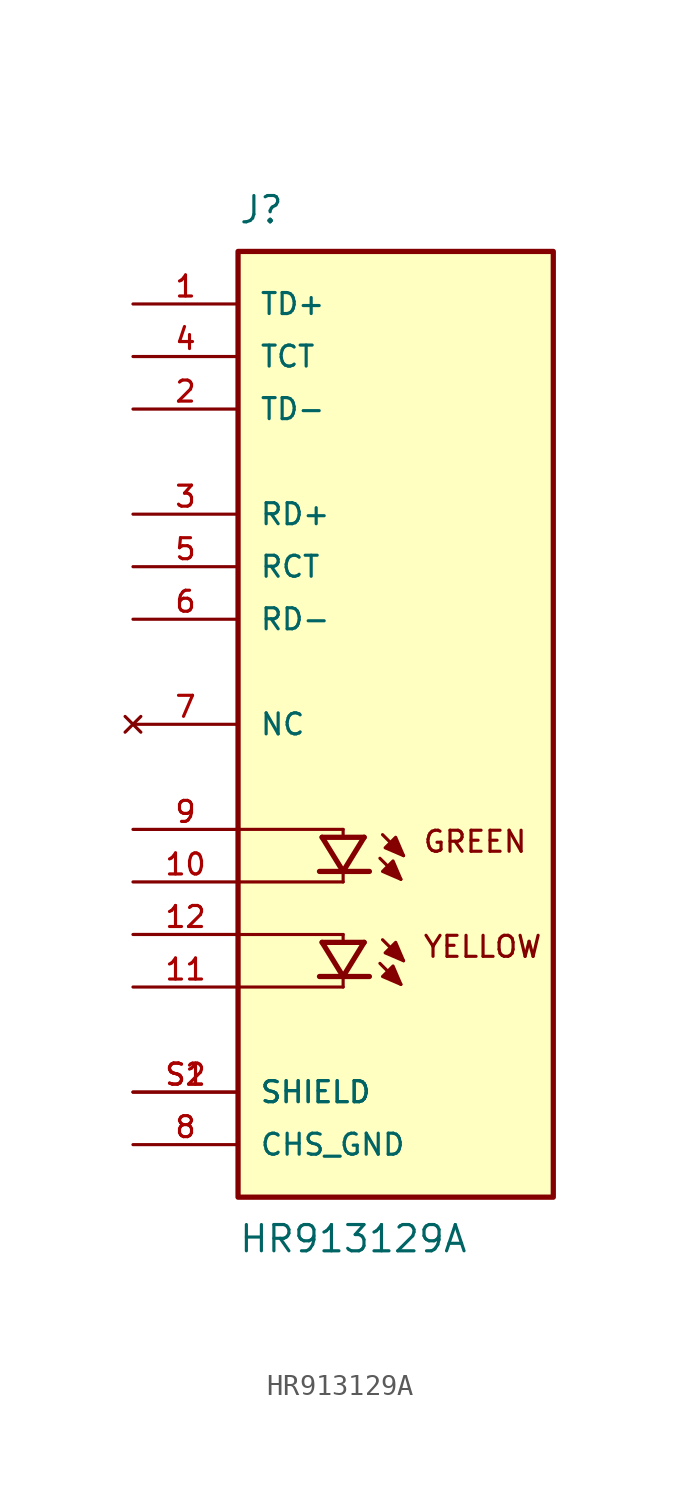
<source format=kicad_sym>
(kicad_symbol_lib
  (version 20220914)
  (generator kicad_symbol_editor)
  (symbol "HR913129A"
    (pin_names
      (offset 1.016))
    (property "Reference" "J"
      (at -7.62 24.13 0)
      (effects (font (size 1.27 1.27)) (justify left bottom)))
    (property "Value" "HR913129A"
      (at -7.62 -24.13 0)
      (effects (font (size 1.27 1.27)) (justify left top)))
    (symbol "HR913129A_0_0"
      (rectangle (start -7.62 -22.86) (end 7.62 22.86) (stroke (width 0.254) (type default)) (fill (type background)))
      (polyline (pts (xy -7.62 -10.16) (xy -2.54 -10.16)) (stroke (width 0.152) (type default)) (fill (type none)))
      (polyline (pts (xy -7.62 -5.08) (xy -2.54 -5.08)) (stroke (width 0.152) (type default)) (fill (type none)))
      (polyline (pts (xy -3.683 -12.192) (xy -2.54 -12.192)) (stroke (width 0.254) (type default)) (fill (type none)))
      (polyline (pts (xy -3.683 -7.112) (xy -2.54 -7.112)) (stroke (width 0.254) (type default)) (fill (type none)))
      (polyline (pts (xy -3.556 -10.541) (xy -2.54 -12.192)) (stroke (width 0.254) (type default)) (fill (type none)))
      (polyline (pts (xy -3.556 -10.541) (xy -1.524 -10.541)) (stroke (width 0.254) (type default)) (fill (type none)))
      (polyline (pts (xy -3.556 -5.461) (xy -2.54 -7.112)) (stroke (width 0.254) (type default)) (fill (type none)))
      (polyline (pts (xy -3.556 -5.461) (xy -1.524 -5.461)) (stroke (width 0.254) (type default)) (fill (type none)))
      (polyline (pts (xy -2.54 -12.7) (xy -7.62 -12.7)) (stroke (width 0.152) (type default)) (fill (type none)))
      (polyline (pts (xy -2.54 -12.319) (xy -2.54 -12.7)) (stroke (width 0.152) (type default)) (fill (type none)))
      (polyline (pts (xy -2.54 -12.192) (xy -1.524 -10.541)) (stroke (width 0.254) (type default)) (fill (type none)))
      (polyline (pts (xy -2.54 -12.192) (xy -1.27 -12.192)) (stroke (width 0.254) (type default)) (fill (type none)))
      (polyline (pts (xy -2.54 -10.16) (xy -2.54 -10.414)) (stroke (width 0.152) (type default)) (fill (type none)))
      (polyline (pts (xy -2.54 -7.62) (xy -7.62 -7.62)) (stroke (width 0.152) (type default)) (fill (type none)))
      (polyline (pts (xy -2.54 -7.239) (xy -2.54 -7.62)) (stroke (width 0.152) (type default)) (fill (type none)))
      (polyline (pts (xy -2.54 -7.112) (xy -1.524 -5.461)) (stroke (width 0.254) (type default)) (fill (type none)))
      (polyline (pts (xy -2.54 -7.112) (xy -1.27 -7.112)) (stroke (width 0.254) (type default)) (fill (type none)))
      (polyline (pts (xy -2.54 -5.08) (xy -2.54 -5.334)) (stroke (width 0.152) (type default)) (fill (type none)))
      (polyline (pts (xy -0.762 -11.557) (xy 0.254 -12.573)) (stroke (width 0.152) (type default)) (fill (type none)))
      (polyline (pts (xy -0.762 -6.477) (xy 0.254 -7.493)) (stroke (width 0.152) (type default)) (fill (type none)))
      (polyline (pts (xy -0.635 -10.414) (xy 0.381 -11.43)) (stroke (width 0.152) (type default)) (fill (type none)))
      (polyline (pts (xy -0.635 -5.334) (xy 0.381 -6.35)) (stroke (width 0.152) (type default)) (fill (type none)))
      (polyline (pts (xy 0.254 -12.573) (xy -0.127 -11.684) (xy -0.635 -12.192) (xy 0.254 -12.573)) (stroke (width 0.152) (type default)) (fill (type outline)))
      (polyline (pts (xy 0.254 -7.493) (xy -0.127 -6.604) (xy -0.635 -7.112) (xy 0.254 -7.493)) (stroke (width 0.152) (type default)) (fill (type outline)))
      (polyline (pts (xy 0.381 -11.43) (xy 0 -10.541) (xy -0.508 -11.049) (xy 0.381 -11.43)) (stroke (width 0.152) (type default)) (fill (type outline)))
      (polyline (pts (xy 0.381 -6.35) (xy 0 -5.461) (xy -0.508 -5.969) (xy 0.381 -6.35)) (stroke (width 0.152) (type default)) (fill (type outline)))
      (text "GREEN" (at 1.27 -5.08 0) (effects (font (size 1.016 1.016)) (justify left top)))
      (text "YELLOW" (at 1.27 -10.16 0) (effects (font (size 1.016 1.016)) (justify left top)))
      (pin passive line (at -12.7 20.32 0) (length 5.08) (name "TD+" (effects (font (size 1.016 1.016)))) (number "1" (effects (font (size 1.016 1.016)))))
      (pin passive line (at -12.7 -7.62 0) (length 5.08) (name "~" (effects (font (size 1.016 1.016)))) (number "10" (effects (font (size 1.016 1.016)))))
      (pin passive line (at -12.7 -12.7 0) (length 5.08) (name "~" (effects (font (size 1.016 1.016)))) (number "11" (effects (font (size 1.016 1.016)))))
      (pin passive line (at -12.7 -10.16 0) (length 5.08) (name "~" (effects (font (size 1.016 1.016)))) (number "12" (effects (font (size 1.016 1.016)))))
      (pin passive line (at -12.7 15.24 0) (length 5.08) (name "TD-" (effects (font (size 1.016 1.016)))) (number "2" (effects (font (size 1.016 1.016)))))
      (pin passive line (at -12.7 10.16 0) (length 5.08) (name "RD+" (effects (font (size 1.016 1.016)))) (number "3" (effects (font (size 1.016 1.016)))))
      (pin passive line (at -12.7 17.78 0) (length 5.08) (name "TCT" (effects (font (size 1.016 1.016)))) (number "4" (effects (font (size 1.016 1.016)))))
      (pin passive line (at -12.7 7.62 0) (length 5.08) (name "RCT" (effects (font (size 1.016 1.016)))) (number "5" (effects (font (size 1.016 1.016)))))
      (pin passive line (at -12.7 5.08 0) (length 5.08) (name "RD-" (effects (font (size 1.016 1.016)))) (number "6" (effects (font (size 1.016 1.016)))))
      (pin no_connect line (at -12.7 0 0) (length 5.08) (name "NC" (effects (font (size 1.016 1.016)))) (number "7" (effects (font (size 1.016 1.016)))))
      (pin power_in line (at -12.7 -20.32 0) (length 5.08) (name "CHS_GND" (effects (font (size 1.016 1.016)))) (number "8" (effects (font (size 1.016 1.016)))))
      (pin passive line (at -12.7 -5.08 0) (length 5.08) (name "~" (effects (font (size 1.016 1.016)))) (number "9" (effects (font (size 1.016 1.016)))))
      (pin passive line (at -12.7 -17.78 0) (length 5.08) (name "SHIELD" (effects (font (size 1.016 1.016)))) (number "S1" (effects (font (size 1.016 1.016)))))
      (pin passive line (at -12.7 -17.78 0) (length 5.08) (name "SHIELD" (effects (font (size 1.016 1.016)))) (number "S2" (effects (font (size 1.016 1.016))))))))
</source>
